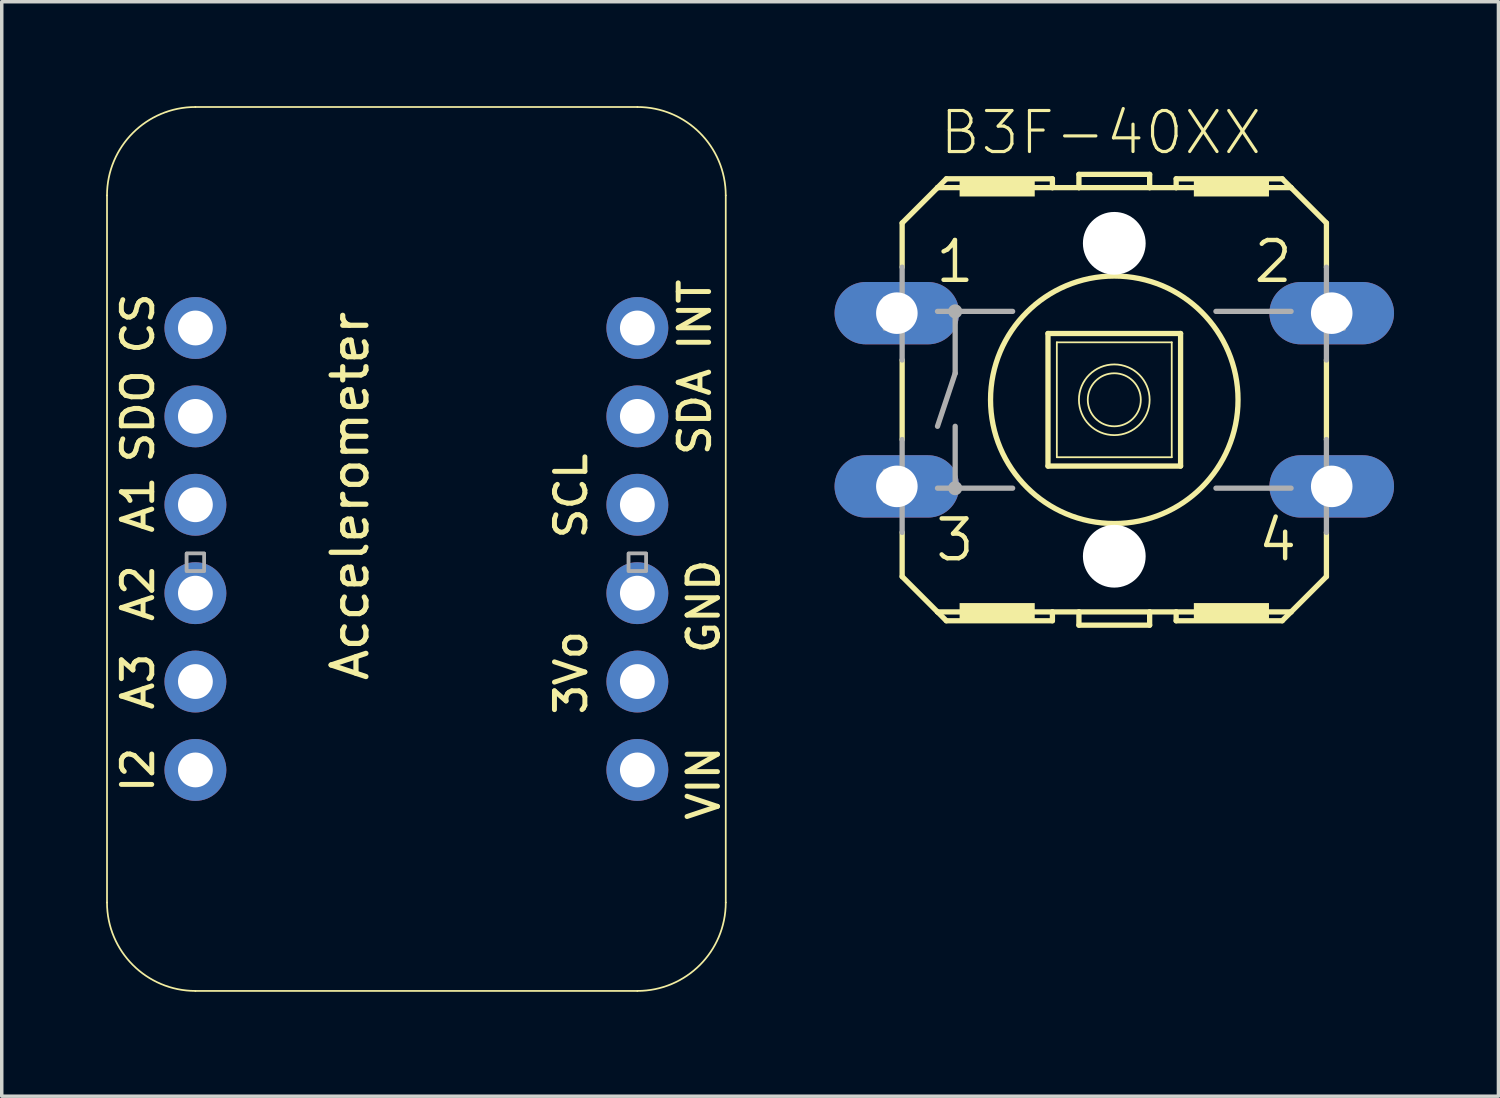
<source format=kicad_pcb>
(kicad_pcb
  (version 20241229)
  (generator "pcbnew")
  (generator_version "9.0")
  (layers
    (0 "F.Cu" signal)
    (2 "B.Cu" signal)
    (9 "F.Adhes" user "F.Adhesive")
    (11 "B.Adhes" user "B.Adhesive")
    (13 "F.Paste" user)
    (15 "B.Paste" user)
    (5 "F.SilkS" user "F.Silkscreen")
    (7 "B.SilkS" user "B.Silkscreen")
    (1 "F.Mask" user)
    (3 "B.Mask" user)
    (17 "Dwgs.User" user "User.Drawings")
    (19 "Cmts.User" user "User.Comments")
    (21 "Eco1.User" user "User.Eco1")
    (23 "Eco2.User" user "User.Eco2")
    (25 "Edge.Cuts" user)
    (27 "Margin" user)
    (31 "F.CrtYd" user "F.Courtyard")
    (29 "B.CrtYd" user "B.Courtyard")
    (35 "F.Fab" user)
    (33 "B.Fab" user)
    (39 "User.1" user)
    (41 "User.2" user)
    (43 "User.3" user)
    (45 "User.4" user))
  (footprint "Accelerometer"
    (layer "F.Cu")
    (at 8.915 13.106)
    (property "Reference" "Accelerometer" (at -1.905 -1.905 90) (unlocked yes) (layer "F.SilkS") (effects (font (size 1 1) (thickness 0.15))))
    (attr through_hole)
    (fp_line (start -8.89 -10.541) (end -8.89 9.779) (stroke (width 0.05) (type solid)) (layer "F.SilkS"))
    (fp_line (start -6.35 12.319) (end 6.35 12.319) (stroke (width 0.05) (type solid)) (layer "F.SilkS"))
    (fp_line (start 6.35 -13.081) (end -6.35 -13.081) (stroke (width 0.05) (type solid)) (layer "F.SilkS"))
    (fp_line (start 8.89 9.779) (end 8.89 -10.541) (stroke (width 0.05) (type solid)) (layer "F.SilkS"))
    (fp_arc (start -8.89 -10.541) (mid -8.146051 -12.337051) (end -6.35 -13.081) (stroke (width 0.05) (type solid)) (layer "F.SilkS"))
    (fp_arc (start -6.35 12.319) (mid -8.146051 11.575051) (end -8.89 9.779) (stroke (width 0.05) (type solid)) (layer "F.SilkS"))
    (fp_arc (start 6.35 -13.081) (mid 8.146051 -12.337051) (end 8.89 -10.541) (stroke (width 0.05) (type solid)) (layer "F.SilkS"))
    (fp_arc (start 8.89 9.779) (mid 8.146051 11.575051) (end 6.35 12.319) (stroke (width 0.05) (type solid)) (layer "F.SilkS"))
    (fp_poly (pts (xy -6.604 0.254) (xy -6.096 0.254) (xy -6.096 -0.254) (xy -6.604 -0.254)) (stroke (width 0.1) (type solid)) (fill no) (layer "F.Fab"))
    (fp_poly (pts (xy -6.604 0.254) (xy -6.096 0.254) (xy -6.096 -0.254) (xy -6.604 -0.254)) (stroke (width 0.1) (type solid)) (fill no) (layer "F.Fab"))
    (fp_poly (pts (xy 6.096 0.254) (xy 6.604 0.254) (xy 6.604 -0.254) (xy 6.096 -0.254)) (stroke (width 0.1) (type solid)) (fill no) (layer "F.Fab"))
    (fp_poly (pts (xy 6.096 0.254) (xy 6.604 0.254) (xy 6.604 -0.254) (xy 6.096 -0.254)) (stroke (width 0.1) (type solid)) (fill no) (layer "F.Fab"))
    (fp_text user "A2" (at -8.001 0.889 90) (layer "F.SilkS") (effects (font (size 0.874 0.874) (thickness 0.142))))
    (fp_text user "CS" (at -8.001 -6.858 90) (layer "F.SilkS") (effects (font (size 0.874 0.874) (thickness 0.142))))
    (fp_text user "VIN" (at 8.255 6.35 90) (layer "F.SilkS") (effects (font (size 0.874 0.874) (thickness 0.142))))
    (fp_text user "GND" (at 8.255 1.27 90) (layer "F.SilkS") (effects (font (size 0.874 0.874) (thickness 0.142))))
    (fp_text user "SCL" (at 4.445 -1.905 90) (layer "F.SilkS") (effects (font (size 0.874 0.874) (thickness 0.142))))
    (fp_text user "I2" (at -8.001 5.969 90) (layer "F.SilkS") (effects (font (size 0.874 0.874) (thickness 0.142))))
    (fp_text user "SDA" (at 8.001 -4.318 90) (layer "F.SilkS") (effects (font (size 0.874 0.874) (thickness 0.142))))
    (fp_text user "3Vo" (at 4.445 3.175 90) (layer "F.SilkS") (effects (font (size 0.874 0.874) (thickness 0.142))))
    (fp_text user "SDO" (at -8.001 -4.191 90) (layer "F.SilkS") (effects (font (size 0.874 0.874) (thickness 0.142))))
    (fp_text user "INT" (at 8.001 -7.112 90) (layer "F.SilkS") (effects (font (size 0.874 0.874) (thickness 0.142))))
    (fp_text user "A3" (at -8.001 3.429 90) (layer "F.SilkS") (effects (font (size 0.874 0.874) (thickness 0.142))))
    (fp_text user "A1" (at -8.001 -1.651 90) (layer "F.SilkS") (effects (font (size 0.874 0.874) (thickness 0.142))))
    (pad "1" thru_hole circle (at 6.35 5.969 180) (size 1.778 1.778) (drill 1) (layers "*.Cu" "*.Mask"))
    (pad "2" thru_hole circle (at 6.35 3.429 180) (size 1.778 1.778) (drill 1) (layers "*.Cu" "*.Mask"))
    (pad "3" thru_hole circle (at 6.35 0.889 180) (size 1.778 1.778) (drill 1) (layers "*.Cu" "*.Mask"))
    (pad "4" thru_hole circle (at 6.35 -1.651 180) (size 1.778 1.778) (drill 1) (layers "*.Cu" "*.Mask"))
    (pad "5" thru_hole circle (at 6.35 -4.191 180) (size 1.778 1.778) (drill 1) (layers "*.Cu" "*.Mask"))
    (pad "6" thru_hole circle (at 6.35 -6.731 180) (size 1.778 1.778) (drill 1) (layers "*.Cu" "*.Mask"))
    (pad "7" thru_hole circle (at -6.35 5.969) (size 1.778 1.778) (drill 1) (layers "*.Cu" "*.Mask"))
    (pad "8" thru_hole circle (at -6.35 3.429) (size 1.778 1.778) (drill 1) (layers "*.Cu" "*.Mask"))
    (pad "9" thru_hole circle (at -6.35 0.889) (size 1.778 1.778) (drill 1) (layers "*.Cu" "*.Mask"))
    (pad "10" thru_hole circle (at -6.35 -1.651) (size 1.778 1.778) (drill 1) (layers "*.Cu" "*.Mask"))
    (pad "11" thru_hole circle (at -6.35 -4.191) (size 1.778 1.778) (drill 1) (layers "*.Cu" "*.Mask"))
    (pad "12" thru_hole circle (at -6.35 -6.731) (size 1.778 1.778) (drill 1) (layers "*.Cu" "*.Mask")))
  (footprint "B3F-40XX"
    (layer "F.Cu")
    (at 28.97 8.438)
    (property "Reference" "B3F-40XX" (at -5.08 -6.985 0) (layer "F.SilkS") (effects (font (size 1.179 1.179) (thickness 0.091)) (justify left bottom)))
    (attr through_hole)
    (fp_line (start -6.096 -5.08) (end -6.096 -3.81) (stroke (width 0.152) (type solid)) (layer "F.SilkS"))
    (fp_line (start -6.096 -1.143) (end -6.096 1.143) (stroke (width 0.152) (type solid)) (layer "F.SilkS"))
    (fp_line (start -6.096 3.81) (end -6.096 5.08) (stroke (width 0.152) (type solid)) (layer "F.SilkS"))
    (fp_line (start -6.096 5.08) (end -5.08 6.096) (stroke (width 0.152) (type solid)) (layer "F.SilkS"))
    (fp_line (start -5.08 -6.096) (end -6.096 -5.08) (stroke (width 0.152) (type solid)) (layer "F.SilkS"))
    (fp_line (start -5.08 -6.096) (end -4.826 -6.35) (stroke (width 0.152) (type solid)) (layer "F.SilkS"))
    (fp_line (start -5.08 -6.096) (end -1.778 -6.096) (stroke (width 0.152) (type solid)) (layer "F.SilkS"))
    (fp_line (start -5.08 6.096) (end -1.778 6.096) (stroke (width 0.152) (type solid)) (layer "F.SilkS"))
    (fp_line (start -4.826 6.35) (end -5.08 6.096) (stroke (width 0.152) (type solid)) (layer "F.SilkS"))
    (fp_line (start -1.905 -1.905) (end -1.905 1.905) (stroke (width 0.152) (type solid)) (layer "F.SilkS"))
    (fp_line (start -1.905 -1.905) (end 1.905 -1.905) (stroke (width 0.152) (type solid)) (layer "F.SilkS"))
    (fp_line (start -1.778 -6.35) (end -4.826 -6.35) (stroke (width 0.152) (type solid)) (layer "F.SilkS"))
    (fp_line (start -1.778 -6.35) (end -1.778 -6.096) (stroke (width 0.152) (type solid)) (layer "F.SilkS"))
    (fp_line (start -1.778 -6.096) (end -1.016 -6.096) (stroke (width 0.152) (type solid)) (layer "F.SilkS"))
    (fp_line (start -1.778 6.096) (end -1.778 6.35) (stroke (width 0.152) (type solid)) (layer "F.SilkS"))
    (fp_line (start -1.778 6.096) (end -1.016 6.096) (stroke (width 0.152) (type solid)) (layer "F.SilkS"))
    (fp_line (start -1.778 6.35) (end -4.826 6.35) (stroke (width 0.152) (type solid)) (layer "F.SilkS"))
    (fp_line (start -1.651 -1.651) (end -1.651 1.651) (stroke (width 0.051) (type solid)) (layer "F.SilkS"))
    (fp_line (start -1.651 -1.651) (end 1.651 -1.651) (stroke (width 0.051) (type solid)) (layer "F.SilkS"))
    (fp_line (start -1.016 -6.477) (end 1.016 -6.477) (stroke (width 0.152) (type solid)) (layer "F.SilkS"))
    (fp_line (start -1.016 -6.096) (end -1.016 -6.477) (stroke (width 0.152) (type solid)) (layer "F.SilkS"))
    (fp_line (start -1.016 -6.096) (end 1.016 -6.096) (stroke (width 0.152) (type solid)) (layer "F.SilkS"))
    (fp_line (start -1.016 6.096) (end 1.016 6.096) (stroke (width 0.152) (type solid)) (layer "F.SilkS"))
    (fp_line (start -1.016 6.477) (end -1.016 6.096) (stroke (width 0.152) (type solid)) (layer "F.SilkS"))
    (fp_line (start -1.016 6.477) (end 1.016 6.477) (stroke (width 0.152) (type solid)) (layer "F.SilkS"))
    (fp_line (start 1.016 -6.477) (end 1.016 -6.096) (stroke (width 0.152) (type solid)) (layer "F.SilkS"))
    (fp_line (start 1.016 6.096) (end 1.016 6.477) (stroke (width 0.152) (type solid)) (layer "F.SilkS"))
    (fp_line (start 1.016 6.096) (end 1.778 6.096) (stroke (width 0.152) (type solid)) (layer "F.SilkS"))
    (fp_line (start 1.651 1.651) (end -1.651 1.651) (stroke (width 0.051) (type solid)) (layer "F.SilkS"))
    (fp_line (start 1.651 1.651) (end 1.651 -1.651) (stroke (width 0.051) (type solid)) (layer "F.SilkS"))
    (fp_line (start 1.778 -6.35) (end 1.778 -6.096) (stroke (width 0.152) (type solid)) (layer "F.SilkS"))
    (fp_line (start 1.778 -6.096) (end 1.016 -6.096) (stroke (width 0.152) (type solid)) (layer "F.SilkS"))
    (fp_line (start 1.778 6.096) (end 1.778 6.35) (stroke (width 0.152) (type solid)) (layer "F.SilkS"))
    (fp_line (start 1.778 6.096) (end 5.08 6.096) (stroke (width 0.152) (type solid)) (layer "F.SilkS"))
    (fp_line (start 1.905 1.905) (end -1.905 1.905) (stroke (width 0.152) (type solid)) (layer "F.SilkS"))
    (fp_line (start 1.905 1.905) (end 1.905 -1.905) (stroke (width 0.152) (type solid)) (layer "F.SilkS"))
    (fp_line (start 4.826 -6.35) (end 1.778 -6.35) (stroke (width 0.152) (type solid)) (layer "F.SilkS"))
    (fp_line (start 4.826 6.35) (end 1.778 6.35) (stroke (width 0.152) (type solid)) (layer "F.SilkS"))
    (fp_line (start 5.08 -6.096) (end 1.778 -6.096) (stroke (width 0.152) (type solid)) (layer "F.SilkS"))
    (fp_line (start 5.08 -6.096) (end 4.826 -6.35) (stroke (width 0.152) (type solid)) (layer "F.SilkS"))
    (fp_line (start 5.08 6.096) (end 4.826 6.35) (stroke (width 0.152) (type solid)) (layer "F.SilkS"))
    (fp_line (start 5.08 6.096) (end 6.096 5.08) (stroke (width 0.152) (type solid)) (layer "F.SilkS"))
    (fp_line (start 6.096 -5.08) (end 5.08 -6.096) (stroke (width 0.152) (type solid)) (layer "F.SilkS"))
    (fp_line (start 6.096 -5.08) (end 6.096 -3.81) (stroke (width 0.152) (type solid)) (layer "F.SilkS"))
    (fp_line (start 6.096 -1.143) (end 6.096 1.143) (stroke (width 0.152) (type solid)) (layer "F.SilkS"))
    (fp_line (start 6.096 5.08) (end 6.096 3.81) (stroke (width 0.152) (type solid)) (layer "F.SilkS"))
    (fp_circle (center 0 0) (end 0.762 0) (stroke (width 0.051) (type solid)) (fill no) (layer "F.SilkS"))
    (fp_circle (center 0 0) (end 1.016 0) (stroke (width 0.051) (type solid)) (fill no) (layer "F.SilkS"))
    (fp_circle (center 0 0) (end 3.556 0) (stroke (width 0.152) (type solid)) (fill no) (layer "F.SilkS"))
    (fp_poly (pts (xy -4.445 -5.842) (xy -2.286 -5.842) (xy -2.286 -6.35) (xy -4.445 -6.35)) (stroke (width 0) (type solid)) (fill yes) (layer "F.SilkS"))
    (fp_poly (pts (xy -4.445 6.35) (xy -2.286 6.35) (xy -2.286 5.842) (xy -4.445 5.842)) (stroke (width 0) (type solid)) (fill yes) (layer "F.SilkS"))
    (fp_poly (pts (xy 2.286 -5.842) (xy 4.445 -5.842) (xy 4.445 -6.35) (xy 2.286 -6.35)) (stroke (width 0) (type solid)) (fill yes) (layer "F.SilkS"))
    (fp_poly (pts (xy 2.286 6.35) (xy 4.445 6.35) (xy 4.445 5.842) (xy 2.286 5.842)) (stroke (width 0) (type solid)) (fill yes) (layer "F.SilkS"))
    (fp_line (start -6.096 -1.143) (end -6.096 -3.81) (stroke (width 0.152) (type solid)) (layer "F.Fab"))
    (fp_line (start -6.096 3.81) (end -6.096 1.143) (stroke (width 0.152) (type solid)) (layer "F.Fab"))
    (fp_line (start -5.08 -2.54) (end -4.572 -2.54) (stroke (width 0.152) (type solid)) (layer "F.Fab"))
    (fp_line (start -5.08 2.54) (end -4.572 2.54) (stroke (width 0.152) (type solid)) (layer "F.Fab"))
    (fp_line (start -4.572 -2.54) (end -4.572 -0.762) (stroke (width 0.152) (type solid)) (layer "F.Fab"))
    (fp_line (start -4.572 -2.54) (end -2.921 -2.54) (stroke (width 0.152) (type solid)) (layer "F.Fab"))
    (fp_line (start -4.572 -0.762) (end -5.08 0.762) (stroke (width 0.152) (type solid)) (layer "F.Fab"))
    (fp_line (start -4.572 0.762) (end -4.572 2.54) (stroke (width 0.152) (type solid)) (layer "F.Fab"))
    (fp_line (start -4.572 2.54) (end -2.921 2.54) (stroke (width 0.152) (type solid)) (layer "F.Fab"))
    (fp_line (start 2.921 -2.54) (end 5.08 -2.54) (stroke (width 0.152) (type solid)) (layer "F.Fab"))
    (fp_line (start 2.921 2.54) (end 5.08 2.54) (stroke (width 0.152) (type solid)) (layer "F.Fab"))
    (fp_line (start 6.096 -1.143) (end 6.096 -3.81) (stroke (width 0.152) (type solid)) (layer "F.Fab"))
    (fp_line (start 6.096 3.81) (end 6.096 1.143) (stroke (width 0.152) (type solid)) (layer "F.Fab"))
    (fp_circle (center -4.572 -2.54) (end -4.445 -2.54) (stroke (width 0.152) (type solid)) (fill no) (layer "F.Fab"))
    (fp_circle (center -4.572 2.54) (end -4.445 2.54) (stroke (width 0.152) (type solid)) (fill no) (layer "F.Fab"))
    (fp_poly (pts (xy -6.604 -2.032) (xy -6.096 -2.032) (xy -6.096 -2.921) (xy -6.604 -2.921)) (stroke (width 0.1) (type solid)) (fill no) (layer "F.Fab"))
    (fp_poly (pts (xy -6.604 2.921) (xy -6.096 2.921) (xy -6.096 2.032) (xy -6.604 2.032)) (stroke (width 0.1) (type solid)) (fill no) (layer "F.Fab"))
    (fp_poly (pts (xy 6.096 -2.032) (xy 6.604 -2.032) (xy 6.604 -2.921) (xy 6.096 -2.921)) (stroke (width 0.1) (type solid)) (fill no) (layer "F.Fab"))
    (fp_poly (pts (xy 6.096 2.921) (xy 6.604 2.921) (xy 6.604 2.032) (xy 6.096 2.032)) (stroke (width 0.1) (type solid)) (fill no) (layer "F.Fab"))
    (fp_text user "1" (at -5.207 -3.302 0) (layer "F.SilkS") (effects (font (size 1.143 1.143) (thickness 0.127)) (justify left bottom)))
    (fp_text user "3" (at -5.207 4.699 0) (layer "F.SilkS") (effects (font (size 1.143 1.143) (thickness 0.127)) (justify left bottom)))
    (fp_text user "2" (at 3.937 -3.302 0) (layer "F.SilkS") (effects (font (size 1.143 1.143) (thickness 0.127)) (justify left bottom)))
    (fp_text user "4" (at 4.064 4.699 0) (layer "F.SilkS") (effects (font (size 1.143 1.143) (thickness 0.127)) (justify left bottom)))
    (pad "" np_thru_hole circle (at 0 -4.496) (size 1.803 1.803) (drill 1.803) (layers "*.Cu" "*.Mask"))
    (pad "" np_thru_hole circle (at 0 4.496) (size 1.803 1.803) (drill 1.803) (layers "*.Cu" "*.Mask"))
    (pad "1" thru_hole oval (at -6.248 -2.489) (size 3.581 1.791) (drill 1.194) (layers "*.Cu" "*.Mask"))
    (pad "2" thru_hole oval (at 6.248 -2.489) (size 3.581 1.791) (drill 1.194) (layers "*.Cu" "*.Mask"))
    (pad "3" thru_hole oval (at -6.248 2.489) (size 3.581 1.791) (drill 1.194) (layers "*.Cu" "*.Mask"))
    (pad "4" thru_hole oval (at 6.248 2.489) (size 3.581 1.791) (drill 1.194) (layers "*.Cu" "*.Mask")))
  (gr_rect
    (start -3 -3)
    (end 40.009 28.45)
    (stroke (width 0.1) (type default))
    (fill no)
    (layer "Edge.Cuts")))
</source>
